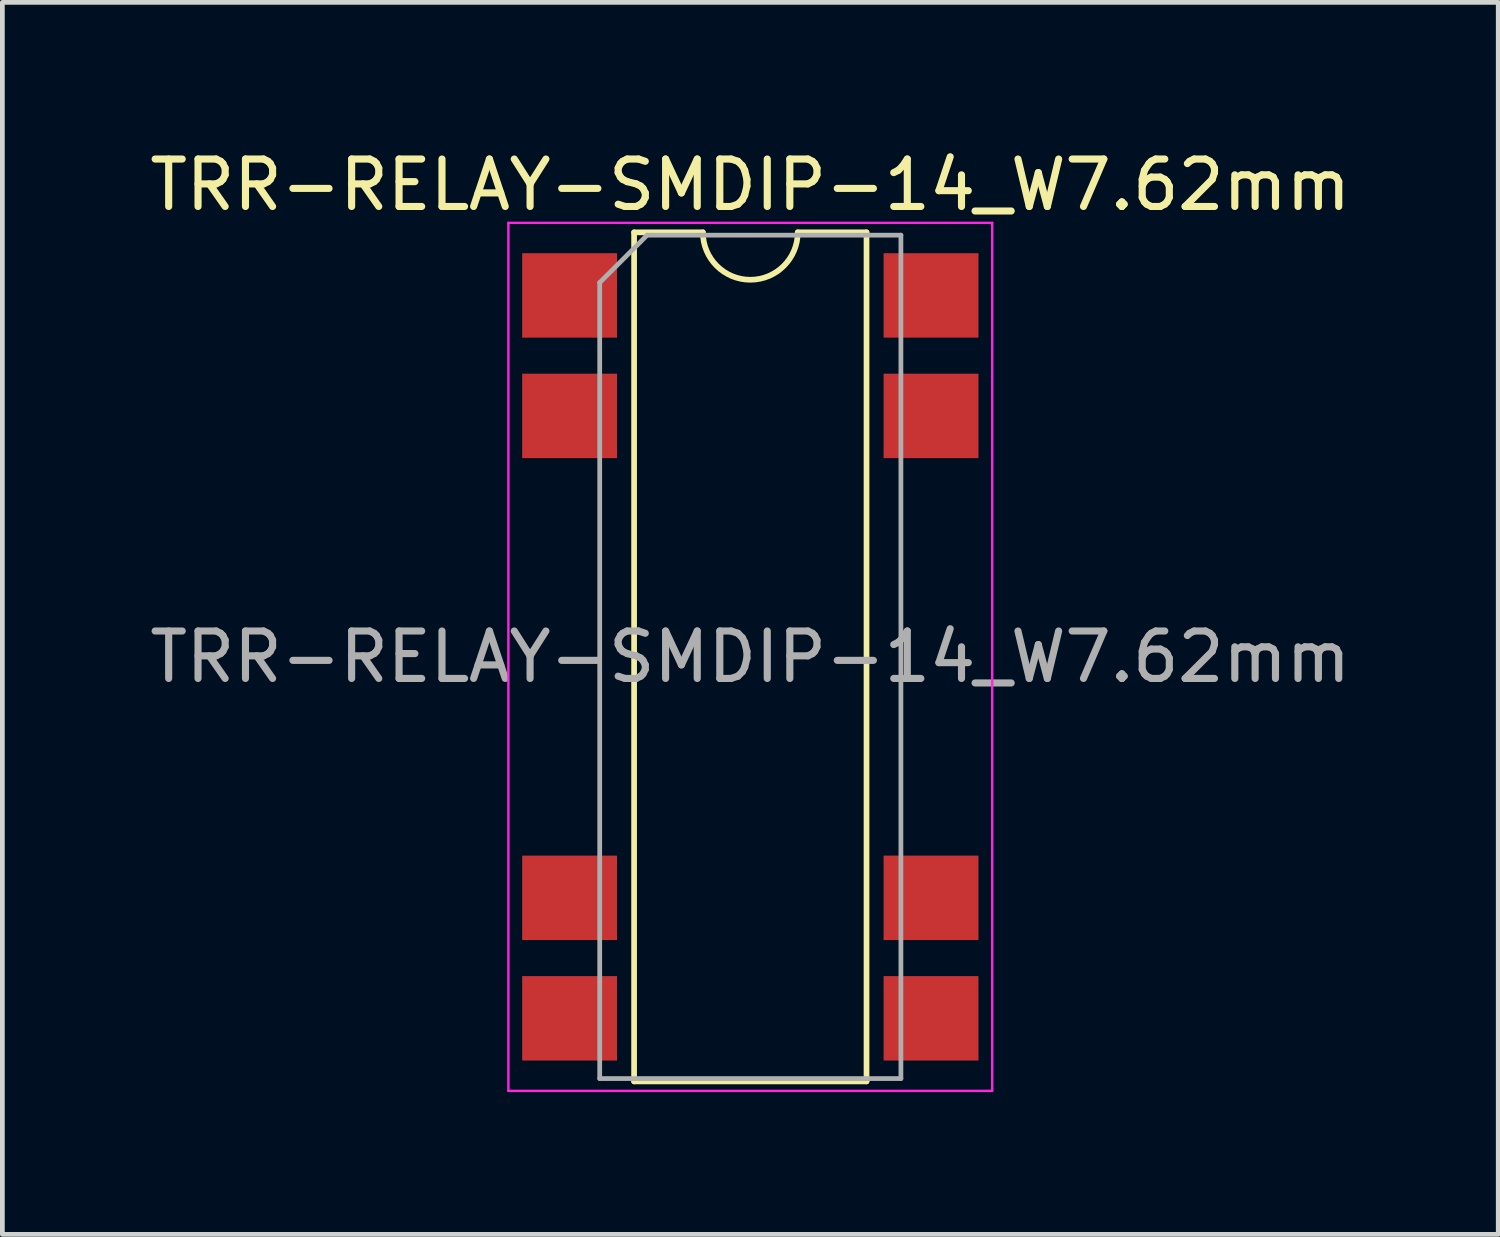
<source format=kicad_pcb>
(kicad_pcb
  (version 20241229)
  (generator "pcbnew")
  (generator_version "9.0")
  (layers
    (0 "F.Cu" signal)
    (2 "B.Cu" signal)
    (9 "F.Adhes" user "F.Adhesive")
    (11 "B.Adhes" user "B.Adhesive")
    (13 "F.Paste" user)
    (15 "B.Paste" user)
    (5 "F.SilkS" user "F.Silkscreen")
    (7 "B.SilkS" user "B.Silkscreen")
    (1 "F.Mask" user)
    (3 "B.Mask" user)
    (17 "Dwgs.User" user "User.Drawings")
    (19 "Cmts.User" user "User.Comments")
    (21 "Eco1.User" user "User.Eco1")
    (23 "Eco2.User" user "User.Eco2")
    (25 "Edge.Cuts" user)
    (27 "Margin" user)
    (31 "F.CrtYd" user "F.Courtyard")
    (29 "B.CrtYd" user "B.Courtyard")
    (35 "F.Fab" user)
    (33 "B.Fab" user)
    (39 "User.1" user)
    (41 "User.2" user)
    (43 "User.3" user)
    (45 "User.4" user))
  (footprint "TRR-RELAY-SMDIP-14_W7.62mm"
    (layer "F.Cu")
    (at 12.768 10.798)
    (property "Reference" "TRR-RELAY-SMDIP-14_W7.62mm" (at 0 -9.95 0) (layer "F.SilkS") (effects (font (size 1 1) (thickness 0.15))))
    (attr smd)
    (fp_line (start -2.45 -8.95) (end -2.45 8.95) (stroke (width 0.12) (type solid)) (layer "F.SilkS"))
    (fp_line (start -2.45 8.95) (end 2.45 8.95) (stroke (width 0.12) (type solid)) (layer "F.SilkS"))
    (fp_line (start -1 -8.95) (end -2.45 -8.95) (stroke (width 0.12) (type solid)) (layer "F.SilkS"))
    (fp_line (start 2.45 -8.95) (end 1 -8.95) (stroke (width 0.12) (type solid)) (layer "F.SilkS"))
    (fp_line (start 2.45 8.95) (end 2.45 -8.95) (stroke (width 0.12) (type solid)) (layer "F.SilkS"))
    (fp_arc (start 1 -8.95) (mid 0 -7.95) (end -1 -8.95) (stroke (width 0.12) (type solid)) (layer "F.SilkS"))
    (fp_line (start -5.1 -9.15) (end -5.1 9.15) (stroke (width 0.05) (type solid)) (layer "F.CrtYd"))
    (fp_line (start -5.1 9.15) (end 5.1 9.15) (stroke (width 0.05) (type solid)) (layer "F.CrtYd"))
    (fp_line (start 5.1 -9.15) (end -5.1 -9.15) (stroke (width 0.05) (type solid)) (layer "F.CrtYd"))
    (fp_line (start 5.1 9.15) (end 5.1 -9.15) (stroke (width 0.05) (type solid)) (layer "F.CrtYd"))
    (fp_line (start -3.175 -7.89) (end -2.175 -8.89) (stroke (width 0.1) (type solid)) (layer "F.Fab"))
    (fp_line (start -3.175 8.89) (end -3.175 -7.89) (stroke (width 0.1) (type solid)) (layer "F.Fab"))
    (fp_line (start -2.175 -8.89) (end 3.175 -8.89) (stroke (width 0.1) (type solid)) (layer "F.Fab"))
    (fp_line (start 3.175 -8.89) (end 3.175 8.89) (stroke (width 0.1) (type solid)) (layer "F.Fab"))
    (fp_line (start 3.175 8.89) (end -3.175 8.89) (stroke (width 0.1) (type solid)) (layer "F.Fab"))
    (fp_text user "${REFERENCE}" (at 0 0 0) (layer "F.Fab") (effects (font (size 1 1) (thickness 0.15))))
    (pad "1" smd rect (at -3.81 -7.62) (size 2 1.78) (layers "F.Cu" "F.Mask" "F.Paste"))
    (pad "2" smd rect (at -3.81 -5.08) (size 2 1.78) (layers "F.Cu" "F.Mask" "F.Paste"))
    (pad "6" smd rect (at -3.81 5.08) (size 2 1.78) (layers "F.Cu" "F.Mask" "F.Paste"))
    (pad "7" smd rect (at -3.81 7.62) (size 2 1.78) (layers "F.Cu" "F.Mask" "F.Paste"))
    (pad "8" smd rect (at 3.81 7.62) (size 2 1.78) (layers "F.Cu" "F.Mask" "F.Paste"))
    (pad "9" smd rect (at 3.81 5.08) (size 2 1.78) (layers "F.Cu" "F.Mask" "F.Paste"))
    (pad "13" smd rect (at 3.81 -5.08) (size 2 1.78) (layers "F.Cu" "F.Mask" "F.Paste"))
    (pad "14" smd rect (at 3.81 -7.62) (size 2 1.78) (layers "F.Cu" "F.Mask" "F.Paste")))
  (gr_rect
    (start -3 -3)
    (end 28.536 22.973)
    (stroke (width 0.1) (type default))
    (fill no)
    (layer "Edge.Cuts")))
</source>
